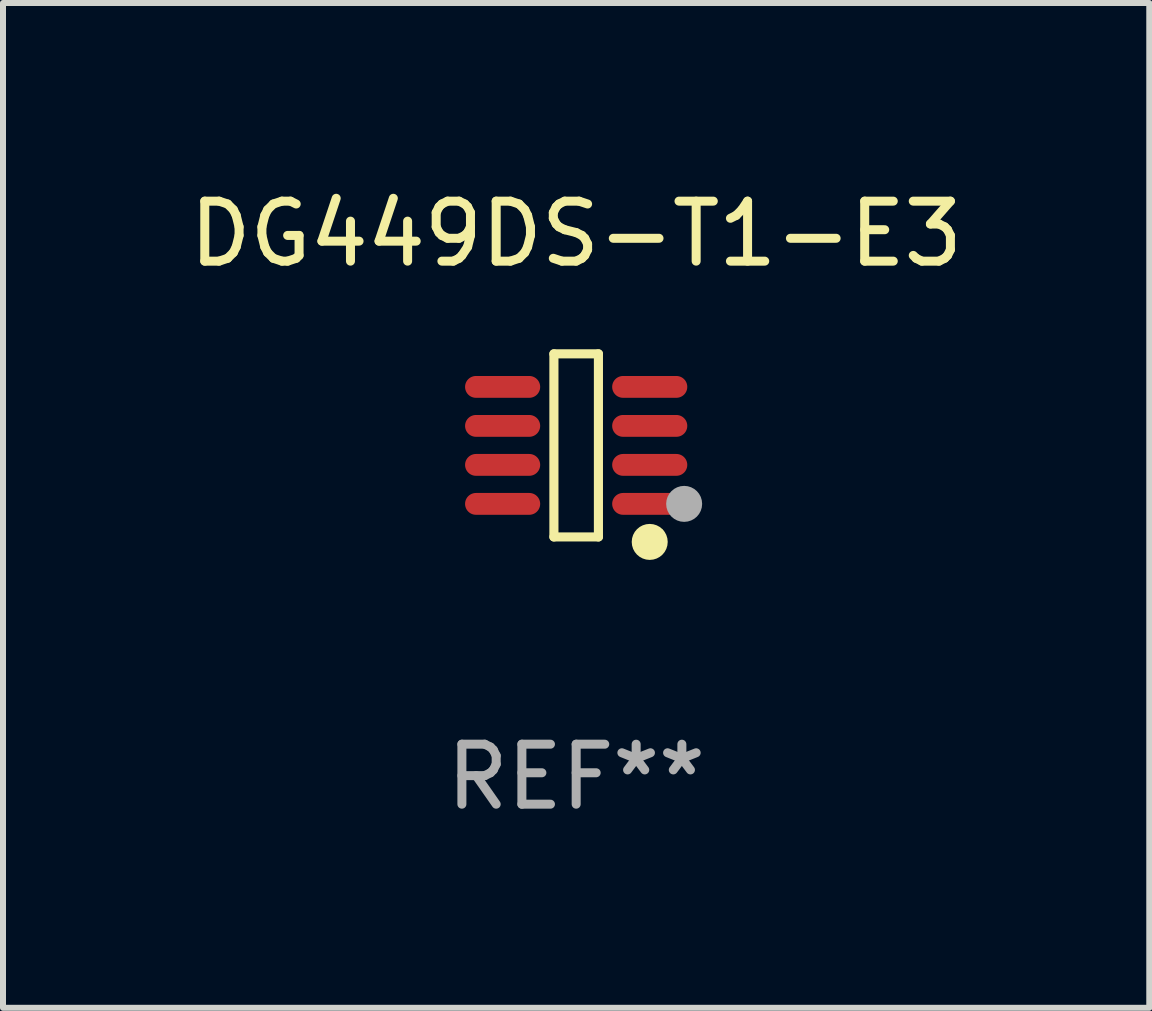
<source format=kicad_pcb>
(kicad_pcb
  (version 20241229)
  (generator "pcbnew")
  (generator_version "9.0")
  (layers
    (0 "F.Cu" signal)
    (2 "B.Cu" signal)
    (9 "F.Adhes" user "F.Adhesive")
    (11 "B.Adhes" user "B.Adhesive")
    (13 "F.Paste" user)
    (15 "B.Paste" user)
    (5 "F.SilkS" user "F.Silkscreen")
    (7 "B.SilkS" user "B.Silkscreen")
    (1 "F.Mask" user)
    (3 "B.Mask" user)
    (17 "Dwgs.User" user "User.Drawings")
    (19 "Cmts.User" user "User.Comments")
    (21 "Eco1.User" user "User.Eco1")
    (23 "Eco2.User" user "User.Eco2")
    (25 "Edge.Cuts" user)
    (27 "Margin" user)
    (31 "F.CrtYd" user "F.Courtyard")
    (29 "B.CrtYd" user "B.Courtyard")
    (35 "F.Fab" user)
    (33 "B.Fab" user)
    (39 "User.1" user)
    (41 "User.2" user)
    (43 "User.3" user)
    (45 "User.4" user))
  (footprint "DG449DS-T1-E3"
    (layer "F.Cu")
    (at 6.554 4.374)
    (property "Reference" "DG449DS-T1-E3" (at 0 -3.526 0) (layer "F.SilkS") (effects (font (size 1 1) (thickness 0.15))))
    (attr through_hole)
    (fp_line (start -0.371 -1.526) (end 0.371 -1.526) (stroke (width 0.152) (type solid)) (layer "F.SilkS"))
    (fp_line (start -0.371 1.526) (end -0.371 -1.526) (stroke (width 0.152) (type solid)) (layer "F.SilkS"))
    (fp_line (start 0.371 -1.526) (end 0.371 1.526) (stroke (width 0.152) (type solid)) (layer "F.SilkS"))
    (fp_line (start 0.371 1.526) (end -0.371 1.526) (stroke (width 0.152) (type solid)) (layer "F.SilkS"))
    (fp_circle (center 1.226 1.609) (end 1.376 1.609) (stroke (width 0.3) (type solid)) (fill no) (layer "F.SilkS"))
    (fp_circle (center 1.4 1.45) (end 1.43 1.45) (stroke (width 0.06) (type solid)) (fill no) (layer "F.SilkS"))
    (fp_circle (center 1.8 0.975) (end 1.95 0.975) (stroke (width 0.3) (type solid)) (fill no) (layer "F.Fab"))
    (fp_text user "REF**" (at 0 5.526 0) (layer "F.Fab") (effects (font (size 1 1) (thickness 0.15))))
    (pad "1" smd oval (at 1.226 0.975) (size 1.252 0.364) (layers "F.Cu" "F.Mask" "F.Paste"))
    (pad "2" smd oval (at 1.226 0.325) (size 1.252 0.364) (layers "F.Cu" "F.Mask" "F.Paste"))
    (pad "3" smd oval (at 1.226 -0.325) (size 1.252 0.364) (layers "F.Cu" "F.Mask" "F.Paste"))
    (pad "4" smd oval (at 1.226 -0.975) (size 1.252 0.364) (layers "F.Cu" "F.Mask" "F.Paste"))
    (pad "5" smd oval (at -1.226 -0.975) (size 1.252 0.364) (layers "F.Cu" "F.Mask" "F.Paste"))
    (pad "6" smd oval (at -1.226 -0.325) (size 1.252 0.364) (layers "F.Cu" "F.Mask" "F.Paste"))
    (pad "7" smd oval (at -1.226 0.325) (size 1.252 0.364) (layers "F.Cu" "F.Mask" "F.Paste"))
    (pad "8" smd oval (at -1.226 0.975) (size 1.252 0.364) (layers "F.Cu" "F.Mask" "F.Paste")))
  (gr_rect
    (start -3 -3)
    (end 16.107 13.749)
    (stroke (width 0.1) (type default))
    (fill no)
    (layer "Edge.Cuts")))
</source>
